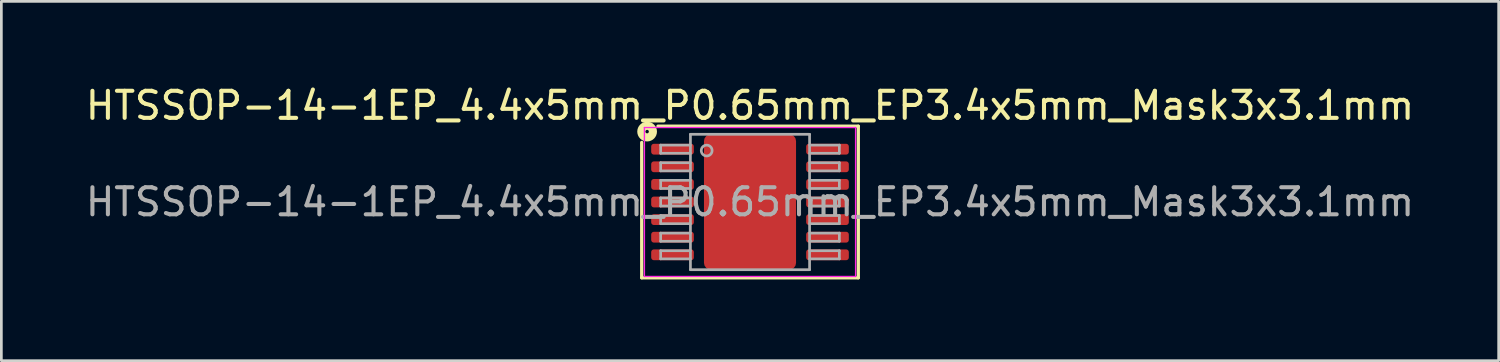
<source format=kicad_pcb>
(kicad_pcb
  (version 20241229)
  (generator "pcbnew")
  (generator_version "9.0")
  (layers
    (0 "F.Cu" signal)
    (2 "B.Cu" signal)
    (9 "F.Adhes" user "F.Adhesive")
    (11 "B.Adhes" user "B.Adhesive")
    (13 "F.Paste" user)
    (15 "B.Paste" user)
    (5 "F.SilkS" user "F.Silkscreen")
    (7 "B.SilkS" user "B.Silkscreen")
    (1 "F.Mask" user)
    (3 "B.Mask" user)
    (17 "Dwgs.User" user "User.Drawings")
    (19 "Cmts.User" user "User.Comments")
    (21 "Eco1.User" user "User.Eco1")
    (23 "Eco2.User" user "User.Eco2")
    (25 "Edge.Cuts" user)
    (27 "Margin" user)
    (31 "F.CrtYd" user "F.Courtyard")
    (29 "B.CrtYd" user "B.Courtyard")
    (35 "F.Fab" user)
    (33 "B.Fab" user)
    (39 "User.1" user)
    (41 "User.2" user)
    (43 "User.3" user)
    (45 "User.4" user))
  (footprint "HTSSOP-14-1EP_4.4x5mm_P0.65mm_EP3.4x5mm_Mask3x3.1mm"
    (layer "F.Cu")
    (at 24.649 4.41)
    (property "Reference" "HTSSOP-14-1EP_4.4x5mm_P0.65mm_EP3.4x5mm_Mask3x3.1mm" (at 0 -3.562 0) (layer "F.SilkS") (effects (font (size 1 1) (thickness 0.15))))
    (attr smd)
    (fp_line (start -4 -2.2) (end -4 2.8) (stroke (width 0.12) (type solid)) (layer "F.SilkS"))
    (fp_line (start -4 2.8) (end 4 2.8) (stroke (width 0.12) (type solid)) (layer "F.SilkS"))
    (fp_line (start 4 -2.8) (end -3.4 -2.8) (stroke (width 0.12) (type solid)) (layer "F.SilkS"))
    (fp_line (start 4 2.8) (end 4 -2.8) (stroke (width 0.12) (type solid)) (layer "F.SilkS"))
    (fp_circle (center -3.8 -2.6) (end -3.736 -2.6) (stroke (width 0.3) (type solid)) (fill no) (layer "F.SilkS"))
    (fp_line (start -3.9 -2.75) (end -3.9 2.75) (stroke (width 0.05) (type solid)) (layer "F.CrtYd"))
    (fp_line (start -3.9 2.75) (end 3.9 2.75) (stroke (width 0.05) (type solid)) (layer "F.CrtYd"))
    (fp_line (start 3.9 -2.75) (end -3.9 -2.75) (stroke (width 0.05) (type solid)) (layer "F.CrtYd"))
    (fp_line (start 3.9 2.75) (end 3.9 -2.75) (stroke (width 0.05) (type solid)) (layer "F.CrtYd"))
    (fp_line (start -3.3 -2.1) (end -3.3 -1.8) (stroke (width 0.1) (type solid)) (layer "F.Fab"))
    (fp_line (start -3.3 -2.1) (end -2.2 -2.1) (stroke (width 0.1) (type solid)) (layer "F.Fab"))
    (fp_line (start -3.3 -1.8) (end -2.2 -1.8) (stroke (width 0.1) (type solid)) (layer "F.Fab"))
    (fp_line (start -3.3 -1.45) (end -3.3 -1.15) (stroke (width 0.1) (type solid)) (layer "F.Fab"))
    (fp_line (start -3.3 -1.45) (end -2.2 -1.45) (stroke (width 0.1) (type solid)) (layer "F.Fab"))
    (fp_line (start -3.3 -1.15) (end -2.2 -1.15) (stroke (width 0.1) (type solid)) (layer "F.Fab"))
    (fp_line (start -3.3 -0.8) (end -3.3 -0.5) (stroke (width 0.1) (type solid)) (layer "F.Fab"))
    (fp_line (start -3.3 -0.8) (end -2.2 -0.8) (stroke (width 0.1) (type solid)) (layer "F.Fab"))
    (fp_line (start -3.3 -0.5) (end -2.2 -0.5) (stroke (width 0.1) (type solid)) (layer "F.Fab"))
    (fp_line (start -3.3 -0.15) (end -3.3 0.15) (stroke (width 0.1) (type solid)) (layer "F.Fab"))
    (fp_line (start -3.3 -0.15) (end -2.2 -0.15) (stroke (width 0.1) (type solid)) (layer "F.Fab"))
    (fp_line (start -3.3 0.15) (end -2.2 0.15) (stroke (width 0.1) (type solid)) (layer "F.Fab"))
    (fp_line (start -3.3 0.5) (end -3.3 0.8) (stroke (width 0.1) (type solid)) (layer "F.Fab"))
    (fp_line (start -3.3 0.5) (end -2.2 0.5) (stroke (width 0.1) (type solid)) (layer "F.Fab"))
    (fp_line (start -3.3 0.8) (end -2.2 0.8) (stroke (width 0.1) (type solid)) (layer "F.Fab"))
    (fp_line (start -3.3 1.15) (end -3.3 1.45) (stroke (width 0.1) (type solid)) (layer "F.Fab"))
    (fp_line (start -3.3 1.15) (end -2.2 1.15) (stroke (width 0.1) (type solid)) (layer "F.Fab"))
    (fp_line (start -3.3 1.45) (end -2.2 1.45) (stroke (width 0.1) (type solid)) (layer "F.Fab"))
    (fp_line (start -3.3 1.8) (end -3.3 2.1) (stroke (width 0.1) (type solid)) (layer "F.Fab"))
    (fp_line (start -3.3 1.8) (end -2.2 1.8) (stroke (width 0.1) (type solid)) (layer "F.Fab"))
    (fp_line (start -3.3 2.1) (end -2.2 2.1) (stroke (width 0.1) (type solid)) (layer "F.Fab"))
    (fp_line (start -2.2 -2.5) (end 2.2 -2.5) (stroke (width 0.1) (type solid)) (layer "F.Fab"))
    (fp_line (start -2.2 2.5) (end -2.2 -2.5) (stroke (width 0.1) (type solid)) (layer "F.Fab"))
    (fp_line (start 2.2 -2.5) (end 2.2 2.5) (stroke (width 0.1) (type solid)) (layer "F.Fab"))
    (fp_line (start 2.2 2.5) (end -2.2 2.5) (stroke (width 0.1) (type solid)) (layer "F.Fab"))
    (fp_line (start 3.3 -2.1) (end 2.2 -2.1) (stroke (width 0.1) (type solid)) (layer "F.Fab"))
    (fp_line (start 3.3 -1.8) (end 2.2 -1.8) (stroke (width 0.1) (type solid)) (layer "F.Fab"))
    (fp_line (start 3.3 -1.8) (end 3.3 -2.1) (stroke (width 0.1) (type solid)) (layer "F.Fab"))
    (fp_line (start 3.3 -1.45) (end 2.2 -1.45) (stroke (width 0.1) (type solid)) (layer "F.Fab"))
    (fp_line (start 3.3 -1.15) (end 2.2 -1.15) (stroke (width 0.1) (type solid)) (layer "F.Fab"))
    (fp_line (start 3.3 -1.15) (end 3.3 -1.45) (stroke (width 0.1) (type solid)) (layer "F.Fab"))
    (fp_line (start 3.3 -0.8) (end 2.2 -0.8) (stroke (width 0.1) (type solid)) (layer "F.Fab"))
    (fp_line (start 3.3 -0.5) (end 2.2 -0.5) (stroke (width 0.1) (type solid)) (layer "F.Fab"))
    (fp_line (start 3.3 -0.5) (end 3.3 -0.8) (stroke (width 0.1) (type solid)) (layer "F.Fab"))
    (fp_line (start 3.3 -0.15) (end 2.2 -0.15) (stroke (width 0.1) (type solid)) (layer "F.Fab"))
    (fp_line (start 3.3 0.15) (end 2.2 0.15) (stroke (width 0.1) (type solid)) (layer "F.Fab"))
    (fp_line (start 3.3 0.15) (end 3.3 -0.15) (stroke (width 0.1) (type solid)) (layer "F.Fab"))
    (fp_line (start 3.3 0.5) (end 2.2 0.5) (stroke (width 0.1) (type solid)) (layer "F.Fab"))
    (fp_line (start 3.3 0.8) (end 2.2 0.8) (stroke (width 0.1) (type solid)) (layer "F.Fab"))
    (fp_line (start 3.3 0.8) (end 3.3 0.5) (stroke (width 0.1) (type solid)) (layer "F.Fab"))
    (fp_line (start 3.3 1.15) (end 2.2 1.15) (stroke (width 0.1) (type solid)) (layer "F.Fab"))
    (fp_line (start 3.3 1.45) (end 2.2 1.45) (stroke (width 0.1) (type solid)) (layer "F.Fab"))
    (fp_line (start 3.3 1.45) (end 3.3 1.15) (stroke (width 0.1) (type solid)) (layer "F.Fab"))
    (fp_line (start 3.3 1.8) (end 2.2 1.8) (stroke (width 0.1) (type solid)) (layer "F.Fab"))
    (fp_line (start 3.3 2.1) (end 2.2 2.1) (stroke (width 0.1) (type solid)) (layer "F.Fab"))
    (fp_line (start 3.3 2.1) (end 3.3 1.8) (stroke (width 0.1) (type solid)) (layer "F.Fab"))
    (fp_circle (center -1.6 -1.9) (end -1.4 -1.9) (stroke (width 0.1) (type solid)) (fill no) (layer "F.Fab"))
    (fp_text user "${REFERENCE}" (at 0 0 0) (layer "F.Fab") (effects (font (size 1 1) (thickness 0.15))))
    (pad "" smd roundrect (at -0.75 -0.775) (size 1.21 1.25) (layers "F.Paste") (roundrect_rratio 0.207))
    (pad "" smd roundrect (at -0.75 0.775) (size 1.21 1.25) (layers "F.Paste") (roundrect_rratio 0.207))
    (pad "" smd roundrect (at 0 0) (size 3 3.1) (layers "F.Mask") (roundrect_rratio 0.083))
    (pad "" smd roundrect (at 0.75 -0.775) (size 1.21 1.25) (layers "F.Paste") (roundrect_rratio 0.207))
    (pad "" smd roundrect (at 0.75 0.775) (size 1.21 1.25) (layers "F.Paste") (roundrect_rratio 0.207))
    (pad "1" smd roundrect (at -2.862 -1.95) (size 1.575 0.4) (layers "F.Cu" "F.Mask" "F.Paste") (roundrect_rratio 0.25))
    (pad "2" smd roundrect (at -2.862 -1.3) (size 1.575 0.4) (layers "F.Cu" "F.Mask" "F.Paste") (roundrect_rratio 0.25))
    (pad "3" smd roundrect (at -2.862 -0.65) (size 1.575 0.4) (layers "F.Cu" "F.Mask" "F.Paste") (roundrect_rratio 0.25))
    (pad "4" smd roundrect (at -2.862 0) (size 1.575 0.4) (layers "F.Cu" "F.Mask" "F.Paste") (roundrect_rratio 0.25))
    (pad "5" smd roundrect (at -2.862 0.65) (size 1.575 0.4) (layers "F.Cu" "F.Mask" "F.Paste") (roundrect_rratio 0.25))
    (pad "6" smd roundrect (at -2.862 1.3) (size 1.575 0.4) (layers "F.Cu" "F.Mask" "F.Paste") (roundrect_rratio 0.25))
    (pad "7" smd roundrect (at -2.862 1.95) (size 1.575 0.4) (layers "F.Cu" "F.Mask" "F.Paste") (roundrect_rratio 0.25))
    (pad "8" smd roundrect (at 2.862 1.95) (size 1.575 0.4) (layers "F.Cu" "F.Mask" "F.Paste") (roundrect_rratio 0.25))
    (pad "9" smd roundrect (at 2.862 1.3) (size 1.575 0.4) (layers "F.Cu" "F.Mask" "F.Paste") (roundrect_rratio 0.25))
    (pad "10" smd roundrect (at 2.862 0.65) (size 1.575 0.4) (layers "F.Cu" "F.Mask" "F.Paste") (roundrect_rratio 0.25))
    (pad "11" smd roundrect (at 2.862 0) (size 1.575 0.4) (layers "F.Cu" "F.Mask" "F.Paste") (roundrect_rratio 0.25))
    (pad "12" smd roundrect (at 2.862 -0.65) (size 1.575 0.4) (layers "F.Cu" "F.Mask" "F.Paste") (roundrect_rratio 0.25))
    (pad "13" smd roundrect (at 2.862 -1.3) (size 1.575 0.4) (layers "F.Cu" "F.Mask" "F.Paste") (roundrect_rratio 0.25))
    (pad "14" smd roundrect (at 2.862 -1.95) (size 1.575 0.4) (layers "F.Cu" "F.Mask" "F.Paste") (roundrect_rratio 0.25))
    (pad "15" smd roundrect (at 0 0) (size 3.4 5) (layers "F.Cu") (roundrect_rratio 0.074)))
  (gr_rect
    (start -3 -3)
    (end 52.298 10.27)
    (stroke (width 0.1) (type default))
    (fill no)
    (layer "Edge.Cuts")))
</source>
